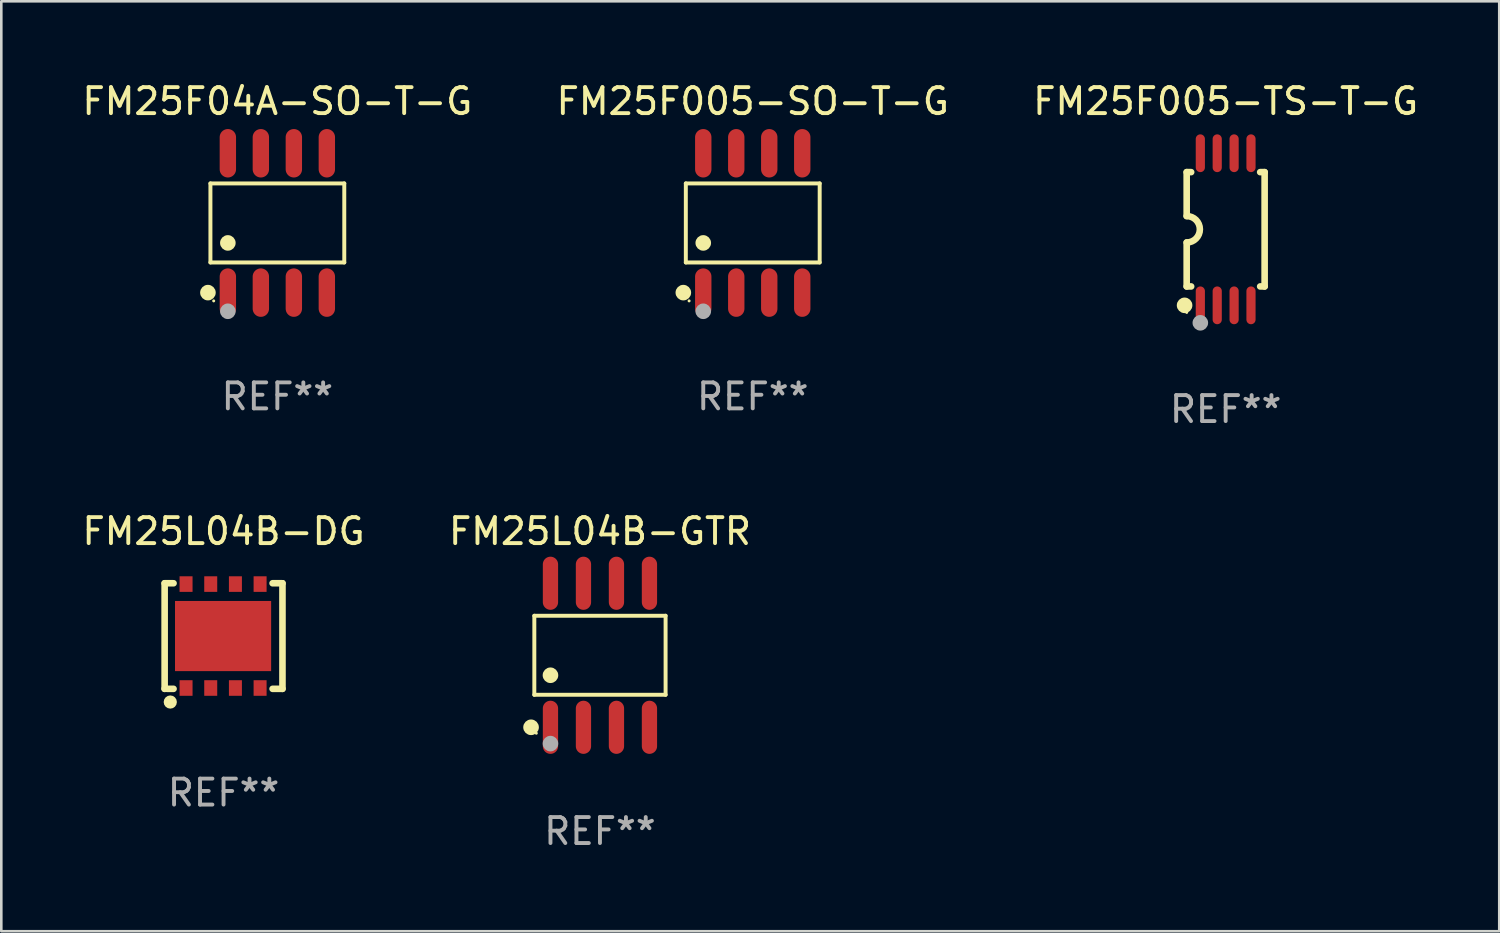
<source format=kicad_pcb>
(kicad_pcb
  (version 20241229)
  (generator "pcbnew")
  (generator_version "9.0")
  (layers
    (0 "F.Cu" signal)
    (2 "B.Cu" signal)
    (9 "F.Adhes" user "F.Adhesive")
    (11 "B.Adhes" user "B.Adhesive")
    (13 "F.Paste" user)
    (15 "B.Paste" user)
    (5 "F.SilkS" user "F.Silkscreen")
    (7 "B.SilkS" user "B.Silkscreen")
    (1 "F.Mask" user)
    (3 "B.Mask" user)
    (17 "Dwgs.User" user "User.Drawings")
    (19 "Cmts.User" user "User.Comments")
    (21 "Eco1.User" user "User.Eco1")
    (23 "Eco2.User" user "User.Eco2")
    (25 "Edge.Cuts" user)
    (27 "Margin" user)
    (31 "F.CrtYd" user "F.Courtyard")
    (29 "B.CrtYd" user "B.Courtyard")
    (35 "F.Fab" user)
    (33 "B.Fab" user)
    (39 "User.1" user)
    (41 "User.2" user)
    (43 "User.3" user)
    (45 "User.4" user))
  (footprint "FM25L04B-DG"
    (layer "F.Cu")
    (at 5.554 21.431)
    (property "Reference" "FM25L04B-DG" (at 0 -4.032 0) (layer "F.SilkS") (effects (font (size 1 1) (thickness 0.15))))
    (attr through_hole)
    (fp_line (start -2.268 2.03) (end -1.924 2.032) (stroke (width 0.254) (type solid)) (layer "F.SilkS"))
    (fp_line (start -2.267 -2.032) (end -2.267 2.032) (stroke (width 0.254) (type solid)) (layer "F.SilkS"))
    (fp_line (start -1.924 -2.032) (end -2.267 -2.032) (stroke (width 0.254) (type solid)) (layer "F.SilkS"))
    (fp_line (start 1.888 2.032) (end 2.268 2.032) (stroke (width 0.254) (type solid)) (layer "F.SilkS"))
    (fp_line (start 2.268 -2.032) (end 1.888 -2.032) (stroke (width 0.254) (type solid)) (layer "F.SilkS"))
    (fp_line (start 2.268 2.032) (end 2.268 -2.032) (stroke (width 0.254) (type solid)) (layer "F.SilkS"))
    (fp_circle (center -2.05 2.54) (end -1.923 2.54) (stroke (width 0.254) (type solid)) (fill no) (layer "F.SilkS"))
    (fp_text user "REF**" (at 0 6.032 0) (layer "F.Fab") (effects (font (size 1 1) (thickness 0.15))))
    (pad "1" smd rect (at -1.443 2 90) (size 0.6 0.5) (layers "F.Cu" "F.Mask" "F.Paste"))
    (pad "2" smd rect (at -0.493 2 90) (size 0.6 0.5) (layers "F.Cu" "F.Mask" "F.Paste"))
    (pad "3" smd rect (at 0.457 2 90) (size 0.6 0.5) (layers "F.Cu" "F.Mask" "F.Paste"))
    (pad "4" smd rect (at 1.407 2 90) (size 0.6 0.5) (layers "F.Cu" "F.Mask" "F.Paste"))
    (pad "5" smd rect (at 1.407 -2 90) (size 0.6 0.5) (layers "F.Cu" "F.Mask" "F.Paste"))
    (pad "6" smd rect (at 0.457 -2 90) (size 0.6 0.5) (layers "F.Cu" "F.Mask" "F.Paste"))
    (pad "7" smd rect (at -0.493 -2 90) (size 0.6 0.5) (layers "F.Cu" "F.Mask" "F.Paste"))
    (pad "8" smd rect (at -1.443 -2 90) (size 0.6 0.5) (layers "F.Cu" "F.Mask" "F.Paste"))
    (pad "9" smd rect (at -0.018 -0.000025 90) (size 2.7 3.7) (layers "F.Cu" "F.Mask" "F.Paste")))
  (footprint "FM25L04B-GTR"
    (layer "F.Cu")
    (at 20.042 22.171)
    (property "Reference" "FM25L04B-GTR" (at 0 -4.772 0) (layer "F.SilkS") (effects (font (size 1 1) (thickness 0.15))))
    (attr through_hole)
    (fp_line (start -2.526 -1.521) (end 2.526 -1.521) (stroke (width 0.152) (type solid)) (layer "F.SilkS"))
    (fp_line (start -2.526 1.521) (end -2.526 -1.521) (stroke (width 0.152) (type solid)) (layer "F.SilkS"))
    (fp_line (start 2.526 -1.521) (end 2.526 1.521) (stroke (width 0.152) (type solid)) (layer "F.SilkS"))
    (fp_line (start 2.526 1.521) (end -2.526 1.521) (stroke (width 0.152) (type solid)) (layer "F.SilkS"))
    (fp_circle (center -2.652 2.772) (end -2.501 2.772) (stroke (width 0.3) (type solid)) (fill no) (layer "F.SilkS"))
    (fp_circle (center -2.45 3) (end -2.42 3) (stroke (width 0.06) (type solid)) (fill no) (layer "F.SilkS"))
    (fp_circle (center -1.905 0.769) (end -1.755 0.769) (stroke (width 0.3) (type solid)) (fill no) (layer "F.SilkS"))
    (fp_circle (center -1.905 3.4) (end -1.755 3.4) (stroke (width 0.3) (type solid)) (fill no) (layer "F.Fab"))
    (fp_text user "REF**" (at 0 6.772 0) (layer "F.Fab") (effects (font (size 1 1) (thickness 0.15))))
    (pad "1" smd oval (at -1.905 2.772) (size 0.588 2.045) (layers "F.Cu" "F.Mask" "F.Paste"))
    (pad "2" smd oval (at -0.635 2.772) (size 0.588 2.045) (layers "F.Cu" "F.Mask" "F.Paste"))
    (pad "3" smd oval (at 0.635 2.772) (size 0.588 2.045) (layers "F.Cu" "F.Mask" "F.Paste"))
    (pad "4" smd oval (at 1.905 2.772) (size 0.588 2.045) (layers "F.Cu" "F.Mask" "F.Paste"))
    (pad "5" smd oval (at 1.905 -2.772) (size 0.588 2.045) (layers "F.Cu" "F.Mask" "F.Paste"))
    (pad "6" smd oval (at 0.635 -2.772) (size 0.588 2.045) (layers "F.Cu" "F.Mask" "F.Paste"))
    (pad "7" smd oval (at -0.635 -2.772) (size 0.588 2.045) (layers "F.Cu" "F.Mask" "F.Paste"))
    (pad "8" smd oval (at -1.905 -2.772) (size 0.588 2.045) (layers "F.Cu" "F.Mask" "F.Paste")))
  (footprint "FM25F005-TS-T-G"
    (layer "F.Cu")
    (at 44.125 5.775)
    (property "Reference" "FM25F005-TS-T-G" (at 0 -4.927 0) (layer "F.SilkS") (effects (font (size 1 1) (thickness 0.15))))
    (attr through_hole)
    (fp_line (start -1.5 -2.2) (end -1.5 -0.508) (stroke (width 0.254) (type solid)) (layer "F.SilkS"))
    (fp_line (start -1.5 -2.2) (end -1.328 -2.2) (stroke (width 0.254) (type solid)) (layer "F.SilkS"))
    (fp_line (start -1.5 2.2) (end -1.5 0.508) (stroke (width 0.254) (type solid)) (layer "F.SilkS"))
    (fp_line (start -1.5 2.2) (end -1.328 2.2) (stroke (width 0.254) (type solid)) (layer "F.SilkS"))
    (fp_line (start 1.328 -2.2) (end 1.5 -2.2) (stroke (width 0.254) (type solid)) (layer "F.SilkS"))
    (fp_line (start 1.328 2.2) (end 1.5 2.2) (stroke (width 0.254) (type solid)) (layer "F.SilkS"))
    (fp_line (start 1.5 -2.2) (end 1.5 2.2) (stroke (width 0.254) (type solid)) (layer "F.SilkS"))
    (fp_arc (start -1.501144 -0.508) (mid -0.993143 -0.000571) (end -1.5 0.508001) (stroke (width 0.254001) (type solid)) (layer "F.SilkS"))
    (fp_circle (center -1.581 2.927) (end -1.431 2.927) (stroke (width 0.3) (type solid)) (fill no) (layer "F.SilkS"))
    (fp_circle (center -1.5 3.2) (end -1.47 3.2) (stroke (width 0.06) (type solid)) (fill no) (layer "F.SilkS"))
    (fp_circle (center -0.975 3.6) (end -0.825 3.6) (stroke (width 0.3) (type solid)) (fill no) (layer "F.Fab"))
    (fp_text user "REF**" (at 0 6.927 0) (layer "F.Fab") (effects (font (size 1 1) (thickness 0.15))))
    (pad "1" smd oval (at -0.975 2.927) (size 0.353 1.454) (layers "F.Cu" "F.Mask" "F.Paste"))
    (pad "2" smd oval (at -0.325 2.927) (size 0.353 1.454) (layers "F.Cu" "F.Mask" "F.Paste"))
    (pad "3" smd oval (at 0.325 2.927) (size 0.353 1.454) (layers "F.Cu" "F.Mask" "F.Paste"))
    (pad "4" smd oval (at 0.975 2.927) (size 0.353 1.454) (layers "F.Cu" "F.Mask" "F.Paste"))
    (pad "5" smd oval (at 0.975 -2.927) (size 0.353 1.454) (layers "F.Cu" "F.Mask" "F.Paste"))
    (pad "6" smd oval (at 0.325 -2.927) (size 0.353 1.454) (layers "F.Cu" "F.Mask" "F.Paste"))
    (pad "7" smd oval (at -0.325 -2.927) (size 0.353 1.454) (layers "F.Cu" "F.Mask" "F.Paste"))
    (pad "8" smd oval (at -0.975 -2.927) (size 0.353 1.454) (layers "F.Cu" "F.Mask" "F.Paste")))
  (footprint "FM25F04A-SO-T-G"
    (layer "F.Cu")
    (at 7.625 5.531)
    (property "Reference" "FM25F04A-SO-T-G" (at 0 -4.682 0) (layer "F.SilkS") (effects (font (size 1 1) (thickness 0.15))))
    (attr through_hole)
    (fp_line (start -2.576 -1.521) (end 2.576 -1.521) (stroke (width 0.152) (type solid)) (layer "F.SilkS"))
    (fp_line (start -2.576 1.521) (end -2.576 -1.521) (stroke (width 0.152) (type solid)) (layer "F.SilkS"))
    (fp_line (start 2.576 -1.521) (end 2.576 1.521) (stroke (width 0.152) (type solid)) (layer "F.SilkS"))
    (fp_line (start 2.576 1.521) (end -2.576 1.521) (stroke (width 0.152) (type solid)) (layer "F.SilkS"))
    (fp_circle (center -2.672 2.682) (end -2.522 2.682) (stroke (width 0.3) (type solid)) (fill no) (layer "F.SilkS"))
    (fp_circle (center -2.45 3) (end -2.42 3) (stroke (width 0.06) (type solid)) (fill no) (layer "F.SilkS"))
    (fp_circle (center -1.905 0.769) (end -1.755 0.769) (stroke (width 0.3) (type solid)) (fill no) (layer "F.SilkS"))
    (fp_circle (center -1.905 3.4) (end -1.755 3.4) (stroke (width 0.3) (type solid)) (fill no) (layer "F.Fab"))
    (fp_text user "REF**" (at 0 6.682 0) (layer "F.Fab") (effects (font (size 1 1) (thickness 0.15))))
    (pad "1" smd oval (at -1.905 2.682) (size 0.63 1.865) (layers "F.Cu" "F.Mask" "F.Paste"))
    (pad "2" smd oval (at -0.635 2.682) (size 0.63 1.865) (layers "F.Cu" "F.Mask" "F.Paste"))
    (pad "3" smd oval (at 0.635 2.682) (size 0.63 1.865) (layers "F.Cu" "F.Mask" "F.Paste"))
    (pad "4" smd oval (at 1.905 2.682) (size 0.63 1.865) (layers "F.Cu" "F.Mask" "F.Paste"))
    (pad "5" smd oval (at 1.905 -2.682) (size 0.63 1.865) (layers "F.Cu" "F.Mask" "F.Paste"))
    (pad "6" smd oval (at 0.635 -2.682) (size 0.63 1.865) (layers "F.Cu" "F.Mask" "F.Paste"))
    (pad "7" smd oval (at -0.635 -2.682) (size 0.63 1.865) (layers "F.Cu" "F.Mask" "F.Paste"))
    (pad "8" smd oval (at -1.905 -2.682) (size 0.63 1.865) (layers "F.Cu" "F.Mask" "F.Paste")))
  (footprint "FM25F005-SO-T-G"
    (layer "F.Cu")
    (at 25.923 5.531)
    (property "Reference" "FM25F005-SO-T-G" (at 0 -4.682 0) (layer "F.SilkS") (effects (font (size 1 1) (thickness 0.15))))
    (attr through_hole)
    (fp_line (start -2.576 -1.521) (end 2.576 -1.521) (stroke (width 0.152) (type solid)) (layer "F.SilkS"))
    (fp_line (start -2.576 1.521) (end -2.576 -1.521) (stroke (width 0.152) (type solid)) (layer "F.SilkS"))
    (fp_line (start 2.576 -1.521) (end 2.576 1.521) (stroke (width 0.152) (type solid)) (layer "F.SilkS"))
    (fp_line (start 2.576 1.521) (end -2.576 1.521) (stroke (width 0.152) (type solid)) (layer "F.SilkS"))
    (fp_circle (center -2.672 2.682) (end -2.522 2.682) (stroke (width 0.3) (type solid)) (fill no) (layer "F.SilkS"))
    (fp_circle (center -2.45 3) (end -2.42 3) (stroke (width 0.06) (type solid)) (fill no) (layer "F.SilkS"))
    (fp_circle (center -1.905 0.769) (end -1.755 0.769) (stroke (width 0.3) (type solid)) (fill no) (layer "F.SilkS"))
    (fp_circle (center -1.905 3.4) (end -1.755 3.4) (stroke (width 0.3) (type solid)) (fill no) (layer "F.Fab"))
    (fp_text user "REF**" (at 0 6.682 0) (layer "F.Fab") (effects (font (size 1 1) (thickness 0.15))))
    (pad "1" smd oval (at -1.905 2.682) (size 0.63 1.865) (layers "F.Cu" "F.Mask" "F.Paste"))
    (pad "2" smd oval (at -0.635 2.682) (size 0.63 1.865) (layers "F.Cu" "F.Mask" "F.Paste"))
    (pad "3" smd oval (at 0.635 2.682) (size 0.63 1.865) (layers "F.Cu" "F.Mask" "F.Paste"))
    (pad "4" smd oval (at 1.905 2.682) (size 0.63 1.865) (layers "F.Cu" "F.Mask" "F.Paste"))
    (pad "5" smd oval (at 1.905 -2.682) (size 0.63 1.865) (layers "F.Cu" "F.Mask" "F.Paste"))
    (pad "6" smd oval (at 0.635 -2.682) (size 0.63 1.865) (layers "F.Cu" "F.Mask" "F.Paste"))
    (pad "7" smd oval (at -0.635 -2.682) (size 0.63 1.865) (layers "F.Cu" "F.Mask" "F.Paste"))
    (pad "8" smd oval (at -1.905 -2.682) (size 0.63 1.865) (layers "F.Cu" "F.Mask" "F.Paste")))
  (gr_rect
    (start -3 -3)
    (end 54.655 32.792)
    (stroke (width 0.1) (type default))
    (fill no)
    (layer "Edge.Cuts")))
</source>
